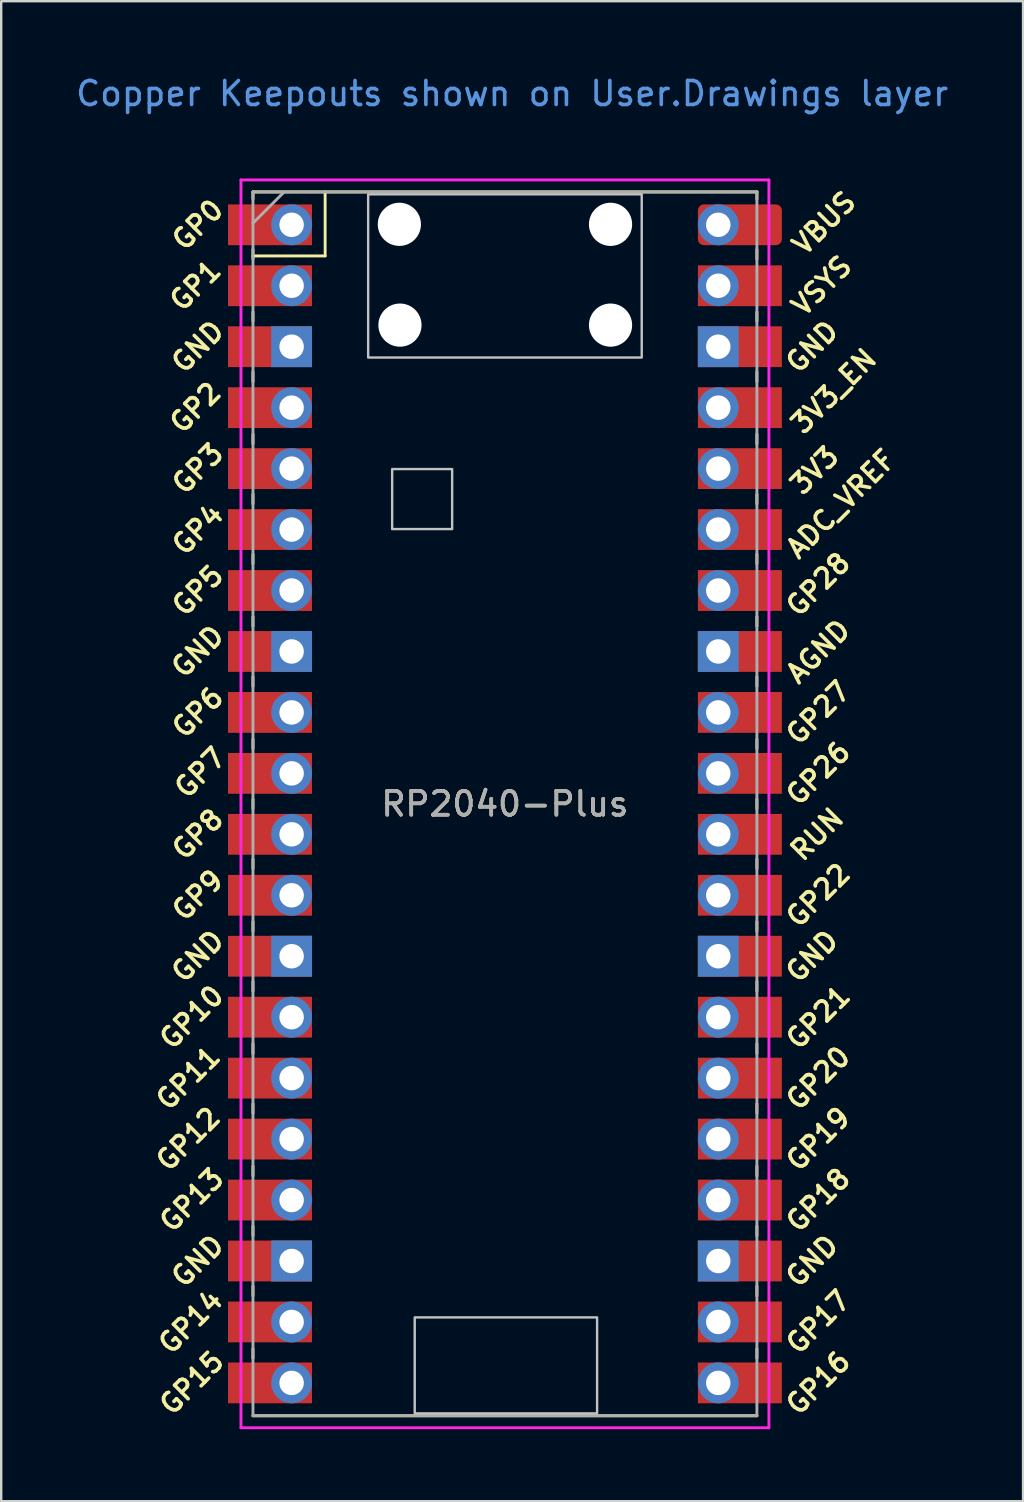
<source format=kicad_pcb>
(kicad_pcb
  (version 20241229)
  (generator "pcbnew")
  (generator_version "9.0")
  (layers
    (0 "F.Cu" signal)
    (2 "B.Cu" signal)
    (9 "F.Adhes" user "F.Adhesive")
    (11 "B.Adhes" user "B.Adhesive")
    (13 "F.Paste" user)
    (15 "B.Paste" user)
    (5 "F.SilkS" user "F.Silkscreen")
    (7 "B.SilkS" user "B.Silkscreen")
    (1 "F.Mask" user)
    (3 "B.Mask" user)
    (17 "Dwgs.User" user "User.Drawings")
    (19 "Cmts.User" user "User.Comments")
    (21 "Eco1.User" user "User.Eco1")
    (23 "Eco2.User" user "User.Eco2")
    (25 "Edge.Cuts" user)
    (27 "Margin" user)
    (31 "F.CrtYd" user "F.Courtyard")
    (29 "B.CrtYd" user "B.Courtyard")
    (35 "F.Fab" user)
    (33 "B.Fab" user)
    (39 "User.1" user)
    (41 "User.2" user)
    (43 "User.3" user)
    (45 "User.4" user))
  (footprint "RP2040-Plus"
    (layer "F.Cu")
    (at 17.992 30.448)
    (property "Reference" "RP2040-Plus" (at 0 0 0) (layer "F.SilkS") (effects (font (size 1 1) (thickness 0.15))))
    (attr through_hole)
    (fp_line (start -10.5 -25.5) (end -10.5 -25.2) (stroke (width 0.12) (type solid)) (layer "F.SilkS"))
    (fp_line (start -10.5 -25.5) (end 10.5 -25.5) (stroke (width 0.12) (type solid)) (layer "F.SilkS"))
    (fp_line (start -10.5 -23.1) (end -10.5 -22.7) (stroke (width 0.12) (type solid)) (layer "F.SilkS"))
    (fp_line (start -10.5 -22.833) (end -7.493 -22.833) (stroke (width 0.12) (type solid)) (layer "F.SilkS"))
    (fp_line (start -10.5 -20.5) (end -10.5 -20.1) (stroke (width 0.12) (type solid)) (layer "F.SilkS"))
    (fp_line (start -10.5 -18) (end -10.5 -17.6) (stroke (width 0.12) (type solid)) (layer "F.SilkS"))
    (fp_line (start -10.5 -15.4) (end -10.5 -15) (stroke (width 0.12) (type solid)) (layer "F.SilkS"))
    (fp_line (start -10.5 -12.9) (end -10.5 -12.5) (stroke (width 0.12) (type solid)) (layer "F.SilkS"))
    (fp_line (start -10.5 -10.4) (end -10.5 -10) (stroke (width 0.12) (type solid)) (layer "F.SilkS"))
    (fp_line (start -10.5 -7.8) (end -10.5 -7.4) (stroke (width 0.12) (type solid)) (layer "F.SilkS"))
    (fp_line (start -10.5 -5.3) (end -10.5 -4.9) (stroke (width 0.12) (type solid)) (layer "F.SilkS"))
    (fp_line (start -10.5 -2.7) (end -10.5 -2.3) (stroke (width 0.12) (type solid)) (layer "F.SilkS"))
    (fp_line (start -10.5 -0.2) (end -10.5 0.2) (stroke (width 0.12) (type solid)) (layer "F.SilkS"))
    (fp_line (start -10.5 2.3) (end -10.5 2.7) (stroke (width 0.12) (type solid)) (layer "F.SilkS"))
    (fp_line (start -10.5 4.9) (end -10.5 5.3) (stroke (width 0.12) (type solid)) (layer "F.SilkS"))
    (fp_line (start -10.5 7.4) (end -10.5 7.8) (stroke (width 0.12) (type solid)) (layer "F.SilkS"))
    (fp_line (start -10.5 10) (end -10.5 10.4) (stroke (width 0.12) (type solid)) (layer "F.SilkS"))
    (fp_line (start -10.5 12.5) (end -10.5 12.9) (stroke (width 0.12) (type solid)) (layer "F.SilkS"))
    (fp_line (start -10.5 15.1) (end -10.5 15.5) (stroke (width 0.12) (type solid)) (layer "F.SilkS"))
    (fp_line (start -10.5 17.6) (end -10.5 18) (stroke (width 0.12) (type solid)) (layer "F.SilkS"))
    (fp_line (start -10.5 20.1) (end -10.5 20.5) (stroke (width 0.12) (type solid)) (layer "F.SilkS"))
    (fp_line (start -10.5 22.7) (end -10.5 23.1) (stroke (width 0.12) (type solid)) (layer "F.SilkS"))
    (fp_line (start -7.493 -22.833) (end -7.493 -25.5) (stroke (width 0.12) (type solid)) (layer "F.SilkS"))
    (fp_line (start 10.5 -25.5) (end 10.5 -25.2) (stroke (width 0.12) (type solid)) (layer "F.SilkS"))
    (fp_line (start 10.5 -23.1) (end 10.5 -22.7) (stroke (width 0.12) (type solid)) (layer "F.SilkS"))
    (fp_line (start 10.5 -20.5) (end 10.5 -20.1) (stroke (width 0.12) (type solid)) (layer "F.SilkS"))
    (fp_line (start 10.5 -18) (end 10.5 -17.6) (stroke (width 0.12) (type solid)) (layer "F.SilkS"))
    (fp_line (start 10.5 -15.4) (end 10.5 -15) (stroke (width 0.12) (type solid)) (layer "F.SilkS"))
    (fp_line (start 10.5 -12.9) (end 10.5 -12.5) (stroke (width 0.12) (type solid)) (layer "F.SilkS"))
    (fp_line (start 10.5 -10.4) (end 10.5 -10) (stroke (width 0.12) (type solid)) (layer "F.SilkS"))
    (fp_line (start 10.5 -7.8) (end 10.5 -7.4) (stroke (width 0.12) (type solid)) (layer "F.SilkS"))
    (fp_line (start 10.5 -5.3) (end 10.5 -4.9) (stroke (width 0.12) (type solid)) (layer "F.SilkS"))
    (fp_line (start 10.5 -2.7) (end 10.5 -2.3) (stroke (width 0.12) (type solid)) (layer "F.SilkS"))
    (fp_line (start 10.5 -0.2) (end 10.5 0.2) (stroke (width 0.12) (type solid)) (layer "F.SilkS"))
    (fp_line (start 10.5 2.3) (end 10.5 2.7) (stroke (width 0.12) (type solid)) (layer "F.SilkS"))
    (fp_line (start 10.5 4.9) (end 10.5 5.3) (stroke (width 0.12) (type solid)) (layer "F.SilkS"))
    (fp_line (start 10.5 7.4) (end 10.5 7.8) (stroke (width 0.12) (type solid)) (layer "F.SilkS"))
    (fp_line (start 10.5 10) (end 10.5 10.4) (stroke (width 0.12) (type solid)) (layer "F.SilkS"))
    (fp_line (start 10.5 12.5) (end 10.5 12.9) (stroke (width 0.12) (type solid)) (layer "F.SilkS"))
    (fp_line (start 10.5 15.1) (end 10.5 15.5) (stroke (width 0.12) (type solid)) (layer "F.SilkS"))
    (fp_line (start 10.5 17.6) (end 10.5 18) (stroke (width 0.12) (type solid)) (layer "F.SilkS"))
    (fp_line (start 10.5 20.1) (end 10.5 20.5) (stroke (width 0.12) (type solid)) (layer "F.SilkS"))
    (fp_line (start 10.5 22.7) (end 10.5 23.1) (stroke (width 0.12) (type solid)) (layer "F.SilkS"))
    (fp_line (start 10.5 25.5) (end -10.5 25.5) (stroke (width 0.12) (type solid)) (layer "F.SilkS"))
    (fp_rect (start -4.7 -13.95) (end -2.2 -11.45) (stroke (width 0.1) (type solid)) (fill no) (layer "Dwgs.User"))
    (fp_rect (start -3.76 21.4) (end 3.84 25.4) (stroke (width 0.1) (type solid)) (fill no) (layer "Dwgs.User"))
    (fp_poly (pts (xy 5.7 -18.6) (xy -5.7 -18.6) (xy -5.7 -25.4) (xy 5.7 -25.4)) (stroke (width 0.1) (type solid)) (fill no) (layer "Dwgs.User"))
    (fp_line (start -11 -26) (end 11 -26) (stroke (width 0.12) (type solid)) (layer "F.CrtYd"))
    (fp_line (start -11 26) (end -11 -26) (stroke (width 0.12) (type solid)) (layer "F.CrtYd"))
    (fp_line (start 11 -26) (end 11 26) (stroke (width 0.12) (type solid)) (layer "F.CrtYd"))
    (fp_line (start 11 26) (end -11 26) (stroke (width 0.12) (type solid)) (layer "F.CrtYd"))
    (fp_line (start -10.5 -25.5) (end 10.5 -25.5) (stroke (width 0.12) (type solid)) (layer "F.Fab"))
    (fp_line (start -10.5 -24.2) (end -9.2 -25.5) (stroke (width 0.12) (type solid)) (layer "F.Fab"))
    (fp_line (start -10.5 25.5) (end -10.5 -25.5) (stroke (width 0.12) (type solid)) (layer "F.Fab"))
    (fp_line (start 10.5 -25.5) (end 10.5 25.5) (stroke (width 0.12) (type solid)) (layer "F.Fab"))
    (fp_line (start 10.5 25.5) (end -10.5 25.5) (stroke (width 0.12) (type solid)) (layer "F.Fab"))
    (fp_text user "ADC_VREF" (at 14 -12.5 45) (layer "F.SilkS") (effects (font (size 0.8 0.8) (thickness 0.15))))
    (fp_text user "GP27" (at 13.054 -3.8 45) (layer "F.SilkS") (effects (font (size 0.8 0.8) (thickness 0.15))))
    (fp_text user "GP22" (at 13.054 3.81 45) (layer "F.SilkS") (effects (font (size 0.8 0.8) (thickness 0.15))))
    (fp_text user "GND" (at -12.8 19.05 45) (layer "F.SilkS") (effects (font (size 0.8 0.8) (thickness 0.15))))
    (fp_text user "VSYS" (at 13.2 -21.59 45) (layer "F.SilkS") (effects (font (size 0.8 0.8) (thickness 0.15))))
    (fp_text user "GP3" (at -12.8 -13.97 45) (layer "F.SilkS") (effects (font (size 0.8 0.8) (thickness 0.15))))
    (fp_text user "GP12" (at -13.2 13.97 45) (layer "F.SilkS") (effects (font (size 0.8 0.8) (thickness 0.15))))
    (fp_text user "3V3_EN" (at 13.7 -17.2 45) (layer "F.SilkS") (effects (font (size 0.8 0.8) (thickness 0.15))))
    (fp_text user "GP8" (at -12.8 1.27 45) (layer "F.SilkS") (effects (font (size 0.8 0.8) (thickness 0.15))))
    (fp_text user "GP20" (at 13.054 11.43 45) (layer "F.SilkS") (effects (font (size 0.8 0.8) (thickness 0.15))))
    (fp_text user "GND" (at -12.8 -19.05 45) (layer "F.SilkS") (effects (font (size 0.8 0.8) (thickness 0.15))))
    (fp_text user "GND" (at -12.8 -6.35 45) (layer "F.SilkS") (effects (font (size 0.8 0.8) (thickness 0.15))))
    (fp_text user "GP17" (at 13.054 21.59 45) (layer "F.SilkS") (effects (font (size 0.8 0.8) (thickness 0.15))))
    (fp_text user "GP1" (at -12.9 -21.6 45) (layer "F.SilkS") (effects (font (size 0.8 0.8) (thickness 0.15))))
    (fp_text user "GND" (at 12.8 6.35 45) (layer "F.SilkS") (effects (font (size 0.8 0.8) (thickness 0.15))))
    (fp_text user "GP14" (at -13.1 21.59 45) (layer "F.SilkS") (effects (font (size 0.8 0.8) (thickness 0.15))))
    (fp_text user "GP13" (at -13.054 16.51 45) (layer "F.SilkS") (effects (font (size 0.8 0.8) (thickness 0.15))))
    (fp_text user "GP0" (at -12.8 -24.13 45) (layer "F.SilkS") (effects (font (size 0.8 0.8) (thickness 0.15))))
    (fp_text user "GP7" (at -12.7 -1.3 45) (layer "F.SilkS") (effects (font (size 0.8 0.8) (thickness 0.15))))
    (fp_text user "GP16" (at 13.054 24.13 45) (layer "F.SilkS") (effects (font (size 0.8 0.8) (thickness 0.15))))
    (fp_text user "GP6" (at -12.8 -3.81 45) (layer "F.SilkS") (effects (font (size 0.8 0.8) (thickness 0.15))))
    (fp_text user "GP18" (at 13.054 16.51 45) (layer "F.SilkS") (effects (font (size 0.8 0.8) (thickness 0.15))))
    (fp_text user "GP11" (at -13.2 11.43 45) (layer "F.SilkS") (effects (font (size 0.8 0.8) (thickness 0.15))))
    (fp_text user "GP15" (at -13.054 24.13 45) (layer "F.SilkS") (effects (font (size 0.8 0.8) (thickness 0.15))))
    (fp_text user "AGND" (at 13.054 -6.35 45) (layer "F.SilkS") (effects (font (size 0.8 0.8) (thickness 0.15))))
    (fp_text user "GP2" (at -12.9 -16.51 45) (layer "F.SilkS") (effects (font (size 0.8 0.8) (thickness 0.15))))
    (fp_text user "GND" (at -12.8 6.35 45) (layer "F.SilkS") (effects (font (size 0.8 0.8) (thickness 0.15))))
    (fp_text user "RUN" (at 13 1.27 45) (layer "F.SilkS") (effects (font (size 0.8 0.8) (thickness 0.15))))
    (fp_text user "GP10" (at -13.054 8.89 45) (layer "F.SilkS") (effects (font (size 0.8 0.8) (thickness 0.15))))
    (fp_text user "GND" (at 12.8 -19.05 45) (layer "F.SilkS") (effects (font (size 0.8 0.8) (thickness 0.15))))
    (fp_text user "GP4" (at -12.8 -11.43 45) (layer "F.SilkS") (effects (font (size 0.8 0.8) (thickness 0.15))))
    (fp_text user "GP5" (at -12.8 -8.89 45) (layer "F.SilkS") (effects (font (size 0.8 0.8) (thickness 0.15))))
    (fp_text user "GND" (at 12.8 19.05 45) (layer "F.SilkS") (effects (font (size 0.8 0.8) (thickness 0.15))))
    (fp_text user "3V3" (at 12.9 -13.9 45) (layer "F.SilkS") (effects (font (size 0.8 0.8) (thickness 0.15))))
    (fp_text user "GP9" (at -12.8 3.81 45) (layer "F.SilkS") (effects (font (size 0.8 0.8) (thickness 0.15))))
    (fp_text user "GP19" (at 13.054 13.97 45) (layer "F.SilkS") (effects (font (size 0.8 0.8) (thickness 0.15))))
    (fp_text user "GP21" (at 13.054 8.9 45) (layer "F.SilkS") (effects (font (size 0.8 0.8) (thickness 0.15))))
    (fp_text user "GP28" (at 13.054 -9.144 45) (layer "F.SilkS") (effects (font (size 0.8 0.8) (thickness 0.15))))
    (fp_text user "VBUS" (at 13.3 -24.2 45) (layer "F.SilkS") (effects (font (size 0.8 0.8) (thickness 0.15))))
    (fp_text user "GP26" (at 13.054 -1.27 45) (layer "F.SilkS") (effects (font (size 0.8 0.8) (thickness 0.15))))
    (fp_text user "Copper Keepouts shown on User.Drawings layer" (at 0.3 -29.6 0) (layer "Cmts.User") (effects (font (size 1 1) (thickness 0.15))))
    (fp_text user "${REFERENCE}" (at 0 0 180) (layer "F.Fab") (effects (font (size 1 1) (thickness 0.15))))
    (pad "" np_thru_hole oval (at -4.4 -24.15) (size 1.8 1.8) (drill 2.6) (layers "*.Cu" "*.Mask"))
    (pad "" np_thru_hole oval (at -4.375 -19.95) (size 1.8 1.8) (drill 2.6) (layers "*.Cu" "*.Mask"))
    (pad "" np_thru_hole oval (at 4.4 -24.15) (size 1.8 1.8) (drill 2.6) (layers "*.Cu" "*.Mask"))
    (pad "" np_thru_hole oval (at 4.4 -19.95) (size 1.8 1.8) (drill 2.6) (layers "*.Cu" "*.Mask"))
    (pad "1" thru_hole oval (at -8.89 -24.13) (size 1.7 1.7) (drill 1.02) (layers "*.Cu" "*.Mask"))
    (pad "1" smd rect (at -8.89 -24.13) (size 3.5 1.7) (drill (offset -0.9 0)) (layers "F.Cu" "F.Mask"))
    (pad "2" thru_hole oval (at -8.89 -21.59) (size 1.7 1.7) (drill 1.02) (layers "*.Cu" "*.Mask"))
    (pad "2" smd rect (at -8.89 -21.59) (size 3.5 1.7) (drill (offset -0.9 0)) (layers "F.Cu" "F.Mask"))
    (pad "3" thru_hole rect (at -8.89 -19.05) (size 1.7 1.7) (drill 1.02) (layers "*.Cu" "*.Mask"))
    (pad "3" smd rect (at -8.89 -19.05) (size 3.5 1.7) (drill (offset -0.9 0)) (layers "F.Cu" "F.Mask"))
    (pad "4" thru_hole oval (at -8.89 -16.51) (size 1.7 1.7) (drill 1.02) (layers "*.Cu" "*.Mask"))
    (pad "4" smd rect (at -8.89 -16.51) (size 3.5 1.7) (drill (offset -0.9 0)) (layers "F.Cu" "F.Mask"))
    (pad "5" thru_hole oval (at -8.89 -13.97) (size 1.7 1.7) (drill 1.02) (layers "*.Cu" "*.Mask"))
    (pad "5" smd rect (at -8.89 -13.97) (size 3.5 1.7) (drill (offset -0.9 0)) (layers "F.Cu" "F.Mask"))
    (pad "6" thru_hole oval (at -8.89 -11.43) (size 1.7 1.7) (drill 1.02) (layers "*.Cu" "*.Mask"))
    (pad "6" smd rect (at -8.89 -11.43) (size 3.5 1.7) (drill (offset -0.9 0)) (layers "F.Cu" "F.Mask"))
    (pad "7" thru_hole oval (at -8.89 -8.89) (size 1.7 1.7) (drill 1.02) (layers "*.Cu" "*.Mask"))
    (pad "7" smd rect (at -8.89 -8.89) (size 3.5 1.7) (drill (offset -0.9 0)) (layers "F.Cu" "F.Mask"))
    (pad "8" thru_hole rect (at -8.89 -6.35) (size 1.7 1.7) (drill 1.02) (layers "*.Cu" "*.Mask"))
    (pad "8" smd rect (at -8.89 -6.35) (size 3.5 1.7) (drill (offset -0.9 0)) (layers "F.Cu" "F.Mask"))
    (pad "9" thru_hole oval (at -8.89 -3.81) (size 1.7 1.7) (drill 1.02) (layers "*.Cu" "*.Mask"))
    (pad "9" smd rect (at -8.89 -3.81) (size 3.5 1.7) (drill (offset -0.9 0)) (layers "F.Cu" "F.Mask"))
    (pad "10" thru_hole oval (at -8.89 -1.27) (size 1.7 1.7) (drill 1.02) (layers "*.Cu" "*.Mask"))
    (pad "10" smd rect (at -8.89 -1.27) (size 3.5 1.7) (drill (offset -0.9 0)) (layers "F.Cu" "F.Mask"))
    (pad "11" thru_hole oval (at -8.89 1.27) (size 1.7 1.7) (drill 1.02) (layers "*.Cu" "*.Mask"))
    (pad "11" smd rect (at -8.89 1.27) (size 3.5 1.7) (drill (offset -0.9 0)) (layers "F.Cu" "F.Mask"))
    (pad "12" thru_hole oval (at -8.89 3.81) (size 1.7 1.7) (drill 1.02) (layers "*.Cu" "*.Mask"))
    (pad "12" smd rect (at -8.89 3.81) (size 3.5 1.7) (drill (offset -0.9 0)) (layers "F.Cu" "F.Mask"))
    (pad "13" thru_hole rect (at -8.89 6.35) (size 1.7 1.7) (drill 1.02) (layers "*.Cu" "*.Mask"))
    (pad "13" smd rect (at -8.89 6.35) (size 3.5 1.7) (drill (offset -0.9 0)) (layers "F.Cu" "F.Mask"))
    (pad "14" thru_hole oval (at -8.89 8.89) (size 1.7 1.7) (drill 1.02) (layers "*.Cu" "*.Mask"))
    (pad "14" smd rect (at -8.89 8.89) (size 3.5 1.7) (drill (offset -0.9 0)) (layers "F.Cu" "F.Mask"))
    (pad "15" thru_hole oval (at -8.89 11.43) (size 1.7 1.7) (drill 1.02) (layers "*.Cu" "*.Mask"))
    (pad "15" smd rect (at -8.89 11.43) (size 3.5 1.7) (drill (offset -0.9 0)) (layers "F.Cu" "F.Mask"))
    (pad "16" thru_hole oval (at -8.89 13.97) (size 1.7 1.7) (drill 1.02) (layers "*.Cu" "*.Mask"))
    (pad "16" smd rect (at -8.89 13.97) (size 3.5 1.7) (drill (offset -0.9 0)) (layers "F.Cu" "F.Mask"))
    (pad "17" thru_hole oval (at -8.89 16.51) (size 1.7 1.7) (drill 1.02) (layers "*.Cu" "*.Mask"))
    (pad "17" smd rect (at -8.89 16.51) (size 3.5 1.7) (drill (offset -0.9 0)) (layers "F.Cu" "F.Mask"))
    (pad "18" thru_hole rect (at -8.89 19.05) (size 1.7 1.7) (drill 1.02) (layers "*.Cu" "*.Mask"))
    (pad "18" smd rect (at -8.89 19.05) (size 3.5 1.7) (drill (offset -0.9 0)) (layers "F.Cu" "F.Mask"))
    (pad "19" thru_hole oval (at -8.89 21.59) (size 1.7 1.7) (drill 1.02) (layers "*.Cu" "*.Mask"))
    (pad "19" smd rect (at -8.89 21.59) (size 3.5 1.7) (drill (offset -0.9 0)) (layers "F.Cu" "F.Mask"))
    (pad "20" thru_hole oval (at -8.89 24.13) (size 1.7 1.7) (drill 1.02) (layers "*.Cu" "*.Mask"))
    (pad "20" smd rect (at -8.89 24.13) (size 3.5 1.7) (drill (offset -0.9 0)) (layers "F.Cu" "F.Mask"))
    (pad "21" thru_hole oval (at 8.89 24.13) (size 1.7 1.7) (drill 1.02) (layers "*.Cu" "*.Mask"))
    (pad "21" smd rect (at 8.89 24.13) (size 3.5 1.7) (drill (offset 0.9 0)) (layers "F.Cu" "F.Mask"))
    (pad "22" thru_hole oval (at 8.89 21.59) (size 1.7 1.7) (drill 1.02) (layers "*.Cu" "*.Mask"))
    (pad "22" smd rect (at 8.89 21.59) (size 3.5 1.7) (drill (offset 0.9 0)) (layers "F.Cu" "F.Mask"))
    (pad "23" thru_hole rect (at 8.89 19.05) (size 1.7 1.7) (drill 1.02) (layers "*.Cu" "*.Mask"))
    (pad "23" smd rect (at 8.89 19.05) (size 3.5 1.7) (drill (offset 0.9 0)) (layers "F.Cu" "F.Mask"))
    (pad "24" thru_hole oval (at 8.89 16.51) (size 1.7 1.7) (drill 1.02) (layers "*.Cu" "*.Mask"))
    (pad "24" smd rect (at 8.89 16.51) (size 3.5 1.7) (drill (offset 0.9 0)) (layers "F.Cu" "F.Mask"))
    (pad "25" thru_hole oval (at 8.89 13.97) (size 1.7 1.7) (drill 1.02) (layers "*.Cu" "*.Mask"))
    (pad "25" smd rect (at 8.89 13.97) (size 3.5 1.7) (drill (offset 0.9 0)) (layers "F.Cu" "F.Mask"))
    (pad "26" thru_hole oval (at 8.89 11.43) (size 1.7 1.7) (drill 1.02) (layers "*.Cu" "*.Mask"))
    (pad "26" smd rect (at 8.89 11.43) (size 3.5 1.7) (drill (offset 0.9 0)) (layers "F.Cu" "F.Mask"))
    (pad "27" thru_hole oval (at 8.89 8.89) (size 1.7 1.7) (drill 1.02) (layers "*.Cu" "*.Mask"))
    (pad "27" smd rect (at 8.89 8.89) (size 3.5 1.7) (drill (offset 0.9 0)) (layers "F.Cu" "F.Mask"))
    (pad "28" thru_hole rect (at 8.89 6.35) (size 1.7 1.7) (drill 1.02) (layers "*.Cu" "*.Mask"))
    (pad "28" smd rect (at 8.89 6.35) (size 3.5 1.7) (drill (offset 0.9 0)) (layers "F.Cu" "F.Mask"))
    (pad "29" thru_hole oval (at 8.89 3.81) (size 1.7 1.7) (drill 1.02) (layers "*.Cu" "*.Mask"))
    (pad "29" smd rect (at 8.89 3.81) (size 3.5 1.7) (drill (offset 0.9 0)) (layers "F.Cu" "F.Mask"))
    (pad "30" thru_hole oval (at 8.89 1.27) (size 1.7 1.7) (drill 1.02) (layers "*.Cu" "*.Mask"))
    (pad "30" smd rect (at 8.89 1.27) (size 3.5 1.7) (drill (offset 0.9 0)) (layers "F.Cu" "F.Mask"))
    (pad "31" thru_hole oval (at 8.89 -1.27) (size 1.7 1.7) (drill 1.02) (layers "*.Cu" "*.Mask"))
    (pad "31" smd rect (at 8.89 -1.27) (size 3.5 1.7) (drill (offset 0.9 0)) (layers "F.Cu" "F.Mask"))
    (pad "32" thru_hole oval (at 8.89 -3.81) (size 1.7 1.7) (drill 1.02) (layers "*.Cu" "*.Mask"))
    (pad "32" smd rect (at 8.89 -3.81) (size 3.5 1.7) (drill (offset 0.9 0)) (layers "F.Cu" "F.Mask"))
    (pad "33" thru_hole rect (at 8.89 -6.35) (size 1.7 1.7) (drill 1.02) (layers "*.Cu" "*.Mask"))
    (pad "33" smd rect (at 8.89 -6.35) (size 3.5 1.7) (drill (offset 0.9 0)) (layers "F.Cu" "F.Mask"))
    (pad "34" thru_hole oval (at 8.89 -8.89) (size 1.7 1.7) (drill 1.02) (layers "*.Cu" "*.Mask"))
    (pad "34" smd rect (at 8.89 -8.89) (size 3.5 1.7) (drill (offset 0.9 0)) (layers "F.Cu" "F.Mask"))
    (pad "35" thru_hole oval (at 8.89 -11.43) (size 1.7 1.7) (drill 1.02) (layers "*.Cu" "*.Mask"))
    (pad "35" smd rect (at 8.89 -11.43) (size 3.5 1.7) (drill (offset 0.9 0)) (layers "F.Cu" "F.Mask"))
    (pad "36" thru_hole oval (at 8.89 -13.97) (size 1.7 1.7) (drill 1.02) (layers "*.Cu" "*.Mask"))
    (pad "36" smd rect (at 8.89 -13.97) (size 3.5 1.7) (drill (offset 0.9 0)) (layers "F.Cu" "F.Mask"))
    (pad "37" thru_hole oval (at 8.89 -16.51) (size 1.7 1.7) (drill 1.02) (layers "*.Cu" "*.Mask"))
    (pad "37" smd rect (at 8.89 -16.51) (size 3.5 1.7) (drill (offset 0.9 0)) (layers "F.Cu" "F.Mask"))
    (pad "38" thru_hole rect (at 8.89 -19.05) (size 1.7 1.7) (drill 1.02) (layers "*.Cu" "*.Mask"))
    (pad "38" smd rect (at 8.89 -19.05) (size 3.5 1.7) (drill (offset 0.9 0)) (layers "F.Cu" "F.Mask"))
    (pad "39" thru_hole oval (at 8.89 -21.59) (size 1.7 1.7) (drill 1.02) (layers "*.Cu" "*.Mask"))
    (pad "39" smd rect (at 8.89 -21.59) (size 3.5 1.7) (drill (offset 0.9 0)) (layers "F.Cu" "F.Mask"))
    (pad "40" thru_hole oval (at 8.89 -24.13) (size 1.7 1.7) (drill 1.02) (layers "*.Cu" "*.Mask"))
    (pad "40" smd roundrect (at 8.89 -24.13) (size 3.5 1.7) (drill (offset 0.9 0)) (layers "F.Cu" "F.Mask") (roundrect_rratio 0.147)))
  (gr_rect
    (start -3 -3)
    (end 39.583 59.508)
    (stroke (width 0.1) (type default))
    (fill no)
    (layer "Edge.Cuts")))
</source>
